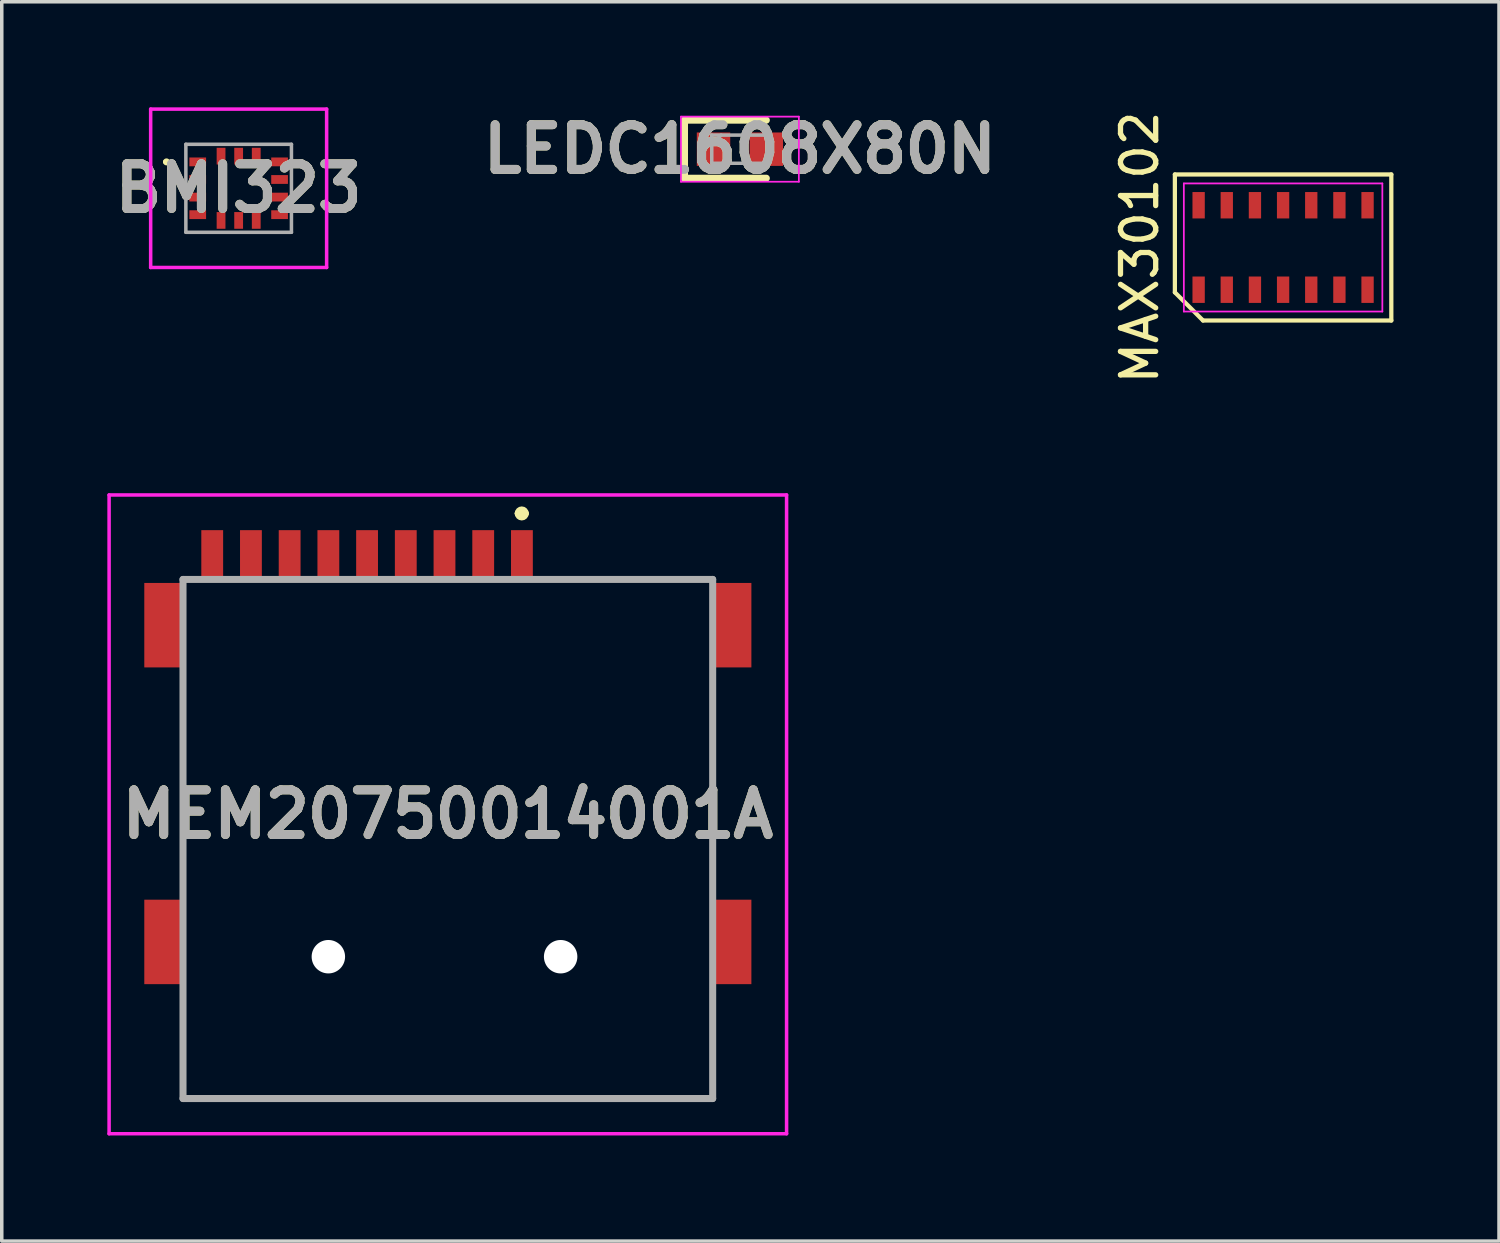
<source format=kicad_pcb>
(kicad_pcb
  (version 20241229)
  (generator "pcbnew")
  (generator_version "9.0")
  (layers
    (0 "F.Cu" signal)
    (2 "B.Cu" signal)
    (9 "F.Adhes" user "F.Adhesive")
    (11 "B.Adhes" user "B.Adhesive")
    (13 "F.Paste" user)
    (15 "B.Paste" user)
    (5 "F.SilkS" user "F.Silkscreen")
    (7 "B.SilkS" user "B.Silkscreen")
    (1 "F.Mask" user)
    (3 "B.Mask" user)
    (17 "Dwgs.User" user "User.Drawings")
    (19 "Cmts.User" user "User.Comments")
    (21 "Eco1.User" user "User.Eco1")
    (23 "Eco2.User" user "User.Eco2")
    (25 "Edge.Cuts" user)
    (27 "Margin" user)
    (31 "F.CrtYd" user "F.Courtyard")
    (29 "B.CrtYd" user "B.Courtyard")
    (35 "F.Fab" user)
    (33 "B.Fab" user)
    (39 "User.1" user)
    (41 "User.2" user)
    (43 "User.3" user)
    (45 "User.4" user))
  (footprint "LEDC1608X80N"
    (layer "F.Cu")
    (at 17.974 1.189)
    (property "Reference" "LEDC1608X80N" (at 0 0 0) (layer "F.SilkS") (effects (font (size 1.27 1.27) (thickness 0.254))))
    (attr smd)
    (fp_line (start -1.575 -0.825) (end -1.575 0.825) (stroke (width 0.2) (type solid)) (layer "F.SilkS"))
    (fp_line (start -1.575 0.825) (end 0.75 0.825) (stroke (width 0.2) (type solid)) (layer "F.SilkS"))
    (fp_line (start 0.75 -0.825) (end -1.575 -0.825) (stroke (width 0.2) (type solid)) (layer "F.SilkS"))
    (fp_line (start -1.675 -0.925) (end 1.675 -0.925) (stroke (width 0.05) (type solid)) (layer "F.CrtYd"))
    (fp_line (start -1.675 0.925) (end -1.675 -0.925) (stroke (width 0.05) (type solid)) (layer "F.CrtYd"))
    (fp_line (start 1.675 -0.925) (end 1.675 0.925) (stroke (width 0.05) (type solid)) (layer "F.CrtYd"))
    (fp_line (start 1.675 0.925) (end -1.675 0.925) (stroke (width 0.05) (type solid)) (layer "F.CrtYd"))
    (fp_line (start -0.8 -0.4) (end 0.8 -0.4) (stroke (width 0.1) (type solid)) (layer "F.Fab"))
    (fp_line (start -0.8 -0.133) (end -0.533 -0.4) (stroke (width 0.1) (type solid)) (layer "F.Fab"))
    (fp_line (start -0.8 0.4) (end -0.8 -0.4) (stroke (width 0.1) (type solid)) (layer "F.Fab"))
    (fp_line (start 0.8 -0.4) (end 0.8 0.4) (stroke (width 0.1) (type solid)) (layer "F.Fab"))
    (fp_line (start 0.8 0.4) (end -0.8 0.4) (stroke (width 0.1) (type solid)) (layer "F.Fab"))
    (fp_text user "${REFERENCE}" (at 0 0 0) (layer "F.Fab") (effects (font (size 1.27 1.27) (thickness 0.254))))
    (pad "1" smd rect (at -0.75 0 90) (size 0.95 0.95) (layers "F.Cu" "F.Mask" "F.Paste"))
    (pad "2" smd rect (at 0.75 0 90) (size 0.95 0.95) (layers "F.Cu" "F.Mask" "F.Paste")))
  (footprint "MAX30102"
    (layer "F.Cu")
    (at 33.408 3.982)
    (property "Reference" "MAX30102" (at -4.075 0 90) (layer "F.SilkS") (effects (font (size 1 1) (thickness 0.15))))
    (attr through_hole)
    (fp_line (start -3.075 -2.075) (end 3.075 -2.075) (stroke (width 0.12) (type default)) (layer "F.SilkS"))
    (fp_line (start -3.075 1.275) (end -3.075 -2.075) (stroke (width 0.12) (type default)) (layer "F.SilkS"))
    (fp_line (start -2.275 2.075) (end -3.075 1.275) (stroke (width 0.12) (type default)) (layer "F.SilkS"))
    (fp_line (start 3.075 -2.075) (end 3.075 2.075) (stroke (width 0.12) (type default)) (layer "F.SilkS"))
    (fp_line (start 3.075 2.075) (end -2.275 2.075) (stroke (width 0.12) (type default)) (layer "F.SilkS"))
    (fp_line (start -2.82 -1.82) (end 2.82 -1.82) (stroke (width 0.05) (type default)) (layer "F.CrtYd"))
    (fp_line (start -2.82 1.82) (end -2.82 -1.82) (stroke (width 0.05) (type default)) (layer "F.CrtYd"))
    (fp_line (start 2.82 -1.82) (end 2.82 1.82) (stroke (width 0.05) (type default)) (layer "F.CrtYd"))
    (fp_line (start 2.82 1.82) (end -2.82 1.82) (stroke (width 0.05) (type default)) (layer "F.CrtYd"))
    (pad "1" smd rect (at -2.4 1.2) (size 0.35 0.75) (layers "F.Cu" "F.Mask" "F.Paste"))
    (pad "2" smd rect (at -1.6 1.2) (size 0.35 0.75) (layers "F.Cu" "F.Mask" "F.Paste"))
    (pad "3" smd rect (at -0.8 1.2) (size 0.35 0.75) (layers "F.Cu" "F.Mask" "F.Paste"))
    (pad "4" smd rect (at 0 1.2) (size 0.35 0.75) (layers "F.Cu" "F.Mask" "F.Paste"))
    (pad "5" smd rect (at 0.8 1.2) (size 0.35 0.75) (layers "F.Cu" "F.Mask" "F.Paste"))
    (pad "6" smd rect (at 1.6 1.2) (size 0.35 0.75) (layers "F.Cu" "F.Mask" "F.Paste"))
    (pad "7" smd rect (at 2.4 1.2) (size 0.35 0.75) (layers "F.Cu" "F.Mask" "F.Paste"))
    (pad "8" smd rect (at 2.4 -1.2) (size 0.35 0.75) (layers "F.Cu" "F.Mask" "F.Paste"))
    (pad "9" smd rect (at 1.6 -1.2) (size 0.35 0.75) (layers "F.Cu" "F.Mask" "F.Paste"))
    (pad "10" smd rect (at 0.8 -1.2) (size 0.35 0.75) (layers "F.Cu" "F.Mask" "F.Paste"))
    (pad "11" smd rect (at 0 -1.2) (size 0.35 0.75) (layers "F.Cu" "F.Mask" "F.Paste"))
    (pad "12" smd rect (at -0.8 -1.2) (size 0.35 0.75) (layers "F.Cu" "F.Mask" "F.Paste"))
    (pad "13" smd rect (at -1.6 -1.2) (size 0.35 0.75) (layers "F.Cu" "F.Mask" "F.Paste"))
    (pad "14" smd rect (at -2.4 -1.2) (size 0.35 0.75) (layers "F.Cu" "F.Mask" "F.Paste")))
  (footprint "BMI323"
    (layer "F.Cu")
    (at 3.731 2.3)
    (property "Reference" "BMI323" (at 0 0 0) (layer "F.SilkS") (effects (font (size 1.27 1.27) (thickness 0.254))))
    (attr smd)
    (fp_line (start -2.1 -0.75) (end -2.1 -0.75) (stroke (width 0.1) (type solid)) (layer "F.SilkS"))
    (fp_line (start -2 -0.75) (end -2 -0.75) (stroke (width 0.1) (type solid)) (layer "F.SilkS"))
    (fp_arc (start -2.1 -0.75) (mid -2.05 -0.8) (end -2 -0.75) (stroke (width 0.1) (type solid)) (layer "F.SilkS"))
    (fp_arc (start -2 -0.75) (mid -2.05 -0.7) (end -2.1 -0.75) (stroke (width 0.1) (type solid)) (layer "F.SilkS"))
    (fp_line (start -2.5 -2.25) (end 2.5 -2.25) (stroke (width 0.1) (type solid)) (layer "F.CrtYd"))
    (fp_line (start -2.5 2.25) (end -2.5 -2.25) (stroke (width 0.1) (type solid)) (layer "F.CrtYd"))
    (fp_line (start 2.5 -2.25) (end 2.5 2.25) (stroke (width 0.1) (type solid)) (layer "F.CrtYd"))
    (fp_line (start 2.5 2.25) (end -2.5 2.25) (stroke (width 0.1) (type solid)) (layer "F.CrtYd"))
    (fp_line (start -1.5 -1.25) (end 1.5 -1.25) (stroke (width 0.1) (type solid)) (layer "F.Fab"))
    (fp_line (start -1.5 1.25) (end -1.5 -1.25) (stroke (width 0.1) (type solid)) (layer "F.Fab"))
    (fp_line (start 1.5 -1.25) (end 1.5 1.25) (stroke (width 0.1) (type solid)) (layer "F.Fab"))
    (fp_line (start 1.5 1.25) (end -1.5 1.25) (stroke (width 0.1) (type solid)) (layer "F.Fab"))
    (fp_text user "${REFERENCE}" (at 0 0 0) (layer "F.Fab") (effects (font (size 1.27 1.27) (thickness 0.254))))
    (pad "1" smd rect (at -1.163 -0.75 90) (size 0.25 0.475) (layers "F.Cu" "F.Mask" "F.Paste"))
    (pad "2" smd rect (at -1.163 -0.25 90) (size 0.25 0.475) (layers "F.Cu" "F.Mask" "F.Paste"))
    (pad "3" smd rect (at -1.163 0.25 90) (size 0.25 0.475) (layers "F.Cu" "F.Mask" "F.Paste"))
    (pad "4" smd rect (at -1.163 0.75 90) (size 0.25 0.475) (layers "F.Cu" "F.Mask" "F.Paste"))
    (pad "5" smd rect (at -0.5 0.913) (size 0.25 0.475) (layers "F.Cu" "F.Mask" "F.Paste"))
    (pad "6" smd rect (at 0 0.913) (size 0.25 0.475) (layers "F.Cu" "F.Mask" "F.Paste"))
    (pad "7" smd rect (at 0.5 0.913) (size 0.25 0.475) (layers "F.Cu" "F.Mask" "F.Paste"))
    (pad "8" smd rect (at 1.163 0.75 90) (size 0.25 0.475) (layers "F.Cu" "F.Mask" "F.Paste"))
    (pad "9" smd rect (at 1.163 0.25 90) (size 0.25 0.475) (layers "F.Cu" "F.Mask" "F.Paste"))
    (pad "10" smd rect (at 1.163 -0.25 90) (size 0.25 0.475) (layers "F.Cu" "F.Mask" "F.Paste"))
    (pad "11" smd rect (at 1.163 -0.75 90) (size 0.25 0.475) (layers "F.Cu" "F.Mask" "F.Paste"))
    (pad "12" smd rect (at 0.5 -0.913) (size 0.25 0.475) (layers "F.Cu" "F.Mask" "F.Paste"))
    (pad "13" smd rect (at 0 -0.913) (size 0.25 0.475) (layers "F.Cu" "F.Mask" "F.Paste"))
    (pad "14" smd rect (at -0.5 -0.913) (size 0.25 0.475) (layers "F.Cu" "F.Mask" "F.Paste")))
  (footprint "MEM20750014001A"
    (layer "F.Cu")
    (at 9.675 20.439)
    (property "Reference" "MEM20750014001A" (at 0 -0.35 0) (layer "F.SilkS") (effects (font (size 1.27 1.27) (thickness 0.254))))
    (attr through_hole)
    (fp_line (start -7.525 -4.025) (end -7.525 1.4) (stroke (width 0.1) (type solid)) (layer "F.SilkS"))
    (fp_line (start -7.525 4.975) (end -7.525 7.725) (stroke (width 0.1) (type solid)) (layer "F.SilkS"))
    (fp_line (start -7.525 7.725) (end 7.525 7.725) (stroke (width 0.1) (type solid)) (layer "F.SilkS"))
    (fp_line (start 2 -8.9) (end 2 -8.9) (stroke (width 0.2) (type solid)) (layer "F.SilkS"))
    (fp_line (start 2.2 -8.9) (end 2.2 -8.9) (stroke (width 0.2) (type solid)) (layer "F.SilkS"))
    (fp_line (start 2.8 -7.025) (end 7 -7.025) (stroke (width 0.1) (type solid)) (layer "F.SilkS"))
    (fp_line (start 7.525 -4.025) (end 7.525 1.4) (stroke (width 0.1) (type solid)) (layer "F.SilkS"))
    (fp_line (start 7.525 7.725) (end 7.525 4.975) (stroke (width 0.1) (type solid)) (layer "F.SilkS"))
    (fp_arc (start 2 -8.9) (mid 2.1 -9) (end 2.2 -8.9) (stroke (width 0.2) (type solid)) (layer "F.SilkS"))
    (fp_arc (start 2.2 -8.9) (mid 2.1 -8.8) (end 2 -8.9) (stroke (width 0.2) (type solid)) (layer "F.SilkS"))
    (fp_line (start -9.625 -9.425) (end 9.625 -9.425) (stroke (width 0.1) (type solid)) (layer "F.CrtYd"))
    (fp_line (start -9.625 8.725) (end -9.625 -9.425) (stroke (width 0.1) (type solid)) (layer "F.CrtYd"))
    (fp_line (start 9.625 -9.425) (end 9.625 8.725) (stroke (width 0.1) (type solid)) (layer "F.CrtYd"))
    (fp_line (start 9.625 8.725) (end -9.625 8.725) (stroke (width 0.1) (type solid)) (layer "F.CrtYd"))
    (fp_line (start -7.525 -7.025) (end 7.525 -7.025) (stroke (width 0.2) (type solid)) (layer "F.Fab"))
    (fp_line (start -7.525 7.725) (end -7.525 -7.025) (stroke (width 0.2) (type solid)) (layer "F.Fab"))
    (fp_line (start 7.525 -7.025) (end 7.525 7.725) (stroke (width 0.2) (type solid)) (layer "F.Fab"))
    (fp_line (start 7.525 7.725) (end -7.525 7.725) (stroke (width 0.2) (type solid)) (layer "F.Fab"))
    (fp_text user "${REFERENCE}" (at 0 -0.35 0) (layer "F.Fab") (effects (font (size 1.27 1.27) (thickness 0.254))))
    (pad "" np_thru_hole circle (at -3.395 3.695) (size 0.95 0.95) (drill 0.95) (layers "*.Cu" "*.Mask"))
    (pad "" np_thru_hole circle (at 3.205 3.695) (size 0.95 0.95) (drill 0.95) (layers "*.Cu" "*.Mask"))
    (pad "MP1" smd rect (at -8.075 -5.725) (size 1.1 2.4) (layers "F.Cu" "F.Mask" "F.Paste"))
    (pad "MP2" smd rect (at -8.075 3.275) (size 1.1 2.4) (layers "F.Cu" "F.Mask" "F.Paste"))
    (pad "MP3" smd rect (at 8.075 3.275) (size 1.1 2.4) (layers "F.Cu" "F.Mask" "F.Paste"))
    (pad "MP4" smd rect (at 8.075 -5.725) (size 1.1 2.4) (layers "F.Cu" "F.Mask" "F.Paste"))
    (pad "P1" smd rect (at 2.105 -7.725) (size 0.62 1.4) (layers "F.Cu" "F.Mask" "F.Paste"))
    (pad "P2" smd rect (at 1.005 -7.725) (size 0.62 1.4) (layers "F.Cu" "F.Mask" "F.Paste"))
    (pad "P3" smd rect (at -0.095 -7.725) (size 0.62 1.4) (layers "F.Cu" "F.Mask" "F.Paste"))
    (pad "P4" smd rect (at -1.195 -7.725) (size 0.62 1.4) (layers "F.Cu" "F.Mask" "F.Paste"))
    (pad "P5" smd rect (at -2.295 -7.725) (size 0.62 1.4) (layers "F.Cu" "F.Mask" "F.Paste"))
    (pad "P6" smd rect (at -3.395 -7.725) (size 0.62 1.4) (layers "F.Cu" "F.Mask" "F.Paste"))
    (pad "P7" smd rect (at -4.495 -7.725) (size 0.62 1.4) (layers "F.Cu" "F.Mask" "F.Paste"))
    (pad "P8" smd rect (at -5.595 -7.725) (size 0.62 1.4) (layers "F.Cu" "F.Mask" "F.Paste"))
    (pad "P9" smd rect (at -6.695 -7.725) (size 0.62 1.4) (layers "F.Cu" "F.Mask" "F.Paste")))
  (gr_rect
    (start -3 -3)
    (end 39.543 32.214)
    (stroke (width 0.1) (type default))
    (fill no)
    (layer "Edge.Cuts")))
</source>
